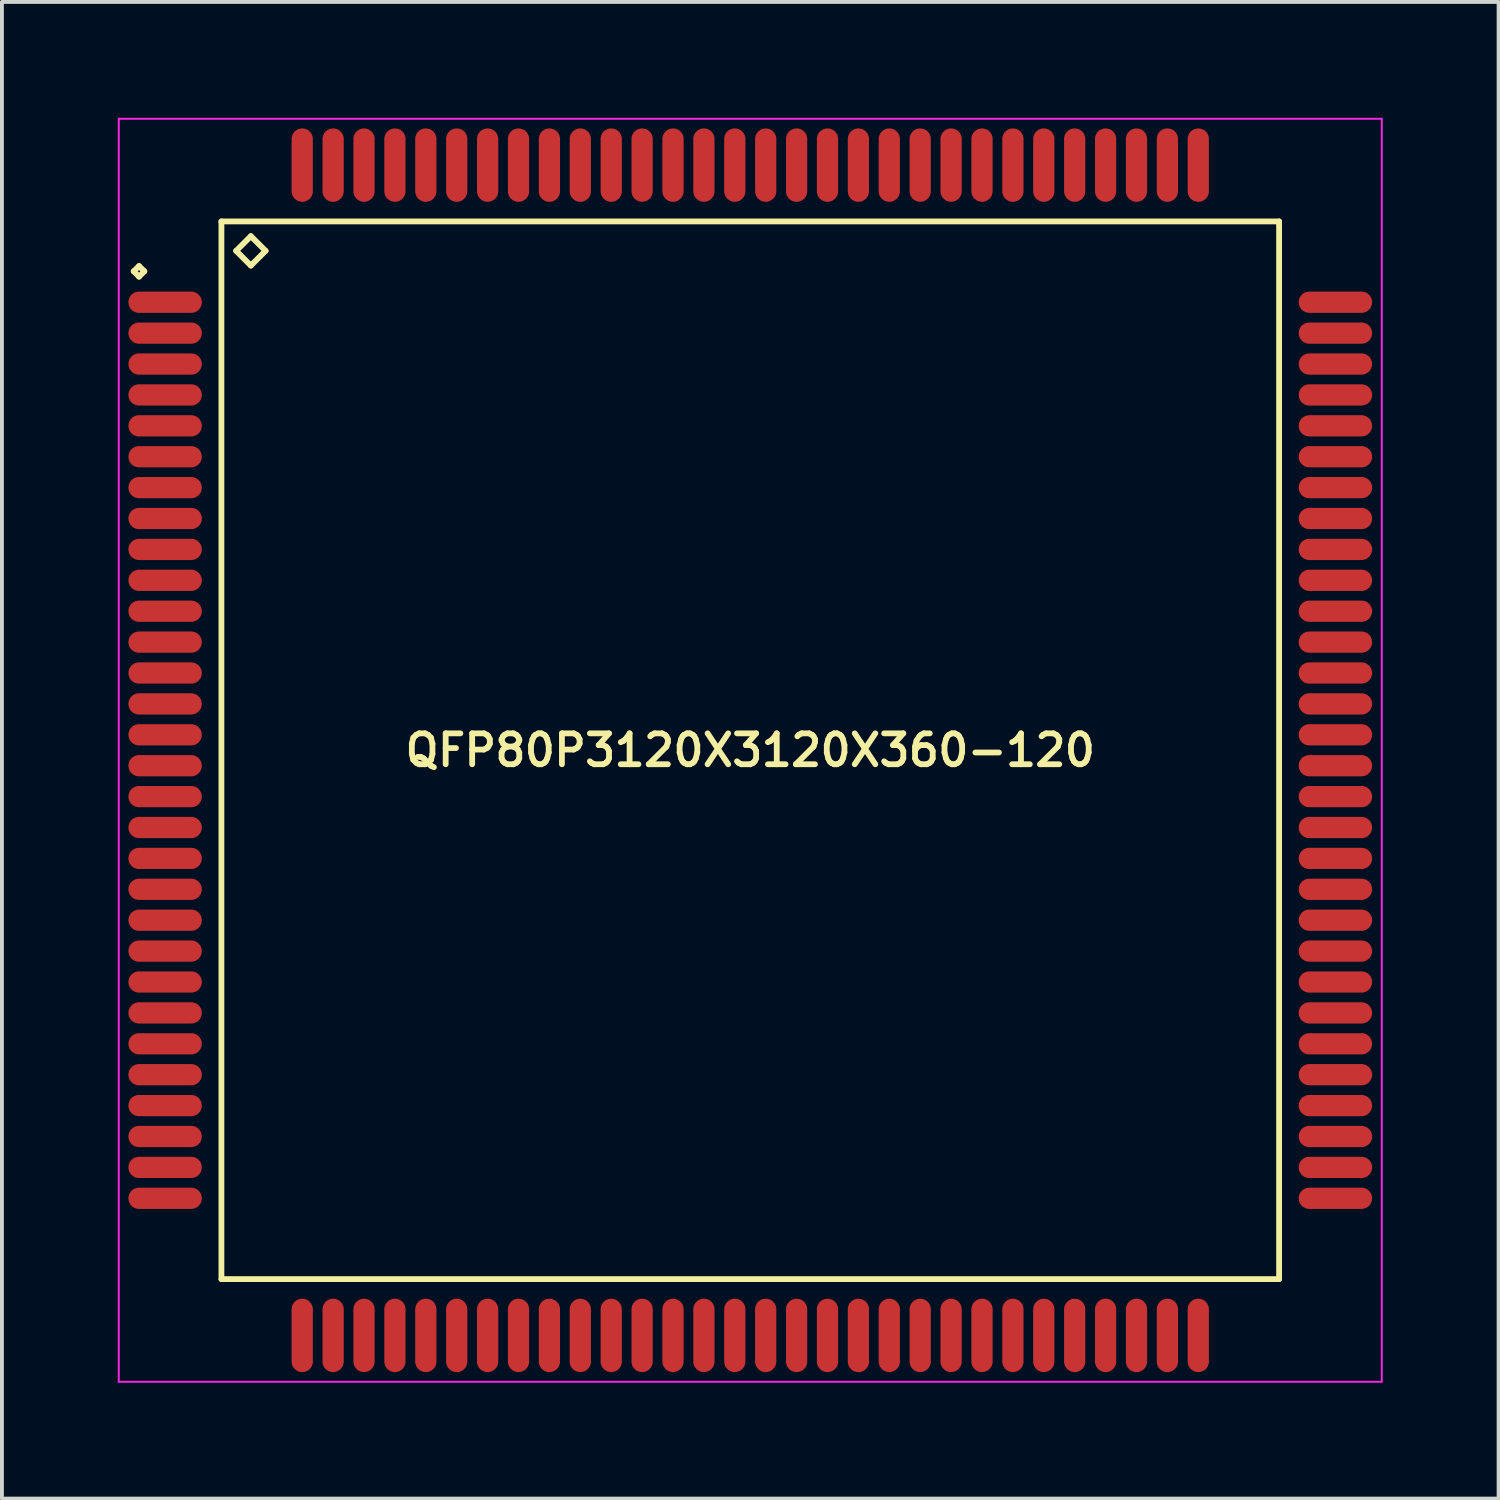
<source format=kicad_pcb>
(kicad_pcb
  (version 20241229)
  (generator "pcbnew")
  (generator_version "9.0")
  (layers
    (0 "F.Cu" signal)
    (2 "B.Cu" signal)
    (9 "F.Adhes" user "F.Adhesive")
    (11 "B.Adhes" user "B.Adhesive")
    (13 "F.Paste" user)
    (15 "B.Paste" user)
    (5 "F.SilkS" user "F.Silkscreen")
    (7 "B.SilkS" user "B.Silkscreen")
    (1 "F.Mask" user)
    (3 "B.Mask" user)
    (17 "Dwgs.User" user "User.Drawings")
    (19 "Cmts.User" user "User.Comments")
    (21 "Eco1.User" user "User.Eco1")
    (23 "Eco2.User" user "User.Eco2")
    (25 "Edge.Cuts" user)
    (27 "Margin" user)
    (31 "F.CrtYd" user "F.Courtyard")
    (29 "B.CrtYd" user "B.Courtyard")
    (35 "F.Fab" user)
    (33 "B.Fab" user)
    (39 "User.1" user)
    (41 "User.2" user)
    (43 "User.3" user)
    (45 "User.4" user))
  (footprint "QFP80P3120X3120X360-120"
    (layer "F.Cu")
    (at 16.375 16.375)
    (property "Reference" "QFP80P3120X3120X360-120" (at 0 0 0) (layer "F.SilkS") (effects (font (size 0.8 0.8) (thickness 0.15))))
    (attr smd)
    (fp_line (start -15.963 -12.4) (end -15.825 -12.537) (stroke (width 0.15) (type solid)) (layer "F.SilkS"))
    (fp_line (start -15.825 -12.537) (end -15.688 -12.4) (stroke (width 0.15) (type solid)) (layer "F.SilkS"))
    (fp_line (start -15.825 -12.262) (end -15.963 -12.4) (stroke (width 0.15) (type solid)) (layer "F.SilkS"))
    (fp_line (start -15.688 -12.4) (end -15.825 -12.262) (stroke (width 0.15) (type solid)) (layer "F.SilkS"))
    (fp_line (start -13.692 -13.692) (end -13.692 13.692) (stroke (width 0.15) (type solid)) (layer "F.SilkS"))
    (fp_line (start -13.692 13.692) (end 13.692 13.692) (stroke (width 0.15) (type solid)) (layer "F.SilkS"))
    (fp_line (start -13.311 -12.93) (end -12.93 -13.311) (stroke (width 0.15) (type solid)) (layer "F.SilkS"))
    (fp_line (start -12.93 -13.311) (end -12.549 -12.93) (stroke (width 0.15) (type solid)) (layer "F.SilkS"))
    (fp_line (start -12.93 -12.549) (end -13.311 -12.93) (stroke (width 0.15) (type solid)) (layer "F.SilkS"))
    (fp_line (start -12.549 -12.93) (end -12.93 -12.549) (stroke (width 0.15) (type solid)) (layer "F.SilkS"))
    (fp_line (start 13.692 -13.692) (end -13.692 -13.692) (stroke (width 0.15) (type solid)) (layer "F.SilkS"))
    (fp_line (start 13.692 13.692) (end 13.692 -13.692) (stroke (width 0.15) (type solid)) (layer "F.SilkS"))
    (fp_line (start -16.35 -16.35) (end 16.35 -16.35) (stroke (width 0.05) (type solid)) (layer "F.CrtYd"))
    (fp_line (start -16.35 16.35) (end -16.35 -16.35) (stroke (width 0.05) (type solid)) (layer "F.CrtYd"))
    (fp_line (start 16.35 -16.35) (end 16.35 16.35) (stroke (width 0.05) (type solid)) (layer "F.CrtYd"))
    (fp_line (start 16.35 16.35) (end -16.35 16.35) (stroke (width 0.05) (type solid)) (layer "F.CrtYd"))
    (pad "1" smd oval (at -15.15 -11.6) (size 1.9 0.55) (layers "F.Cu" "F.Mask" "F.Paste"))
    (pad "2" smd oval (at -15.15 -10.8) (size 1.9 0.55) (layers "F.Cu" "F.Mask" "F.Paste"))
    (pad "3" smd oval (at -15.15 -10) (size 1.9 0.55) (layers "F.Cu" "F.Mask" "F.Paste"))
    (pad "4" smd oval (at -15.15 -9.2) (size 1.9 0.55) (layers "F.Cu" "F.Mask" "F.Paste"))
    (pad "5" smd oval (at -15.15 -8.4) (size 1.9 0.55) (layers "F.Cu" "F.Mask" "F.Paste"))
    (pad "6" smd oval (at -15.15 -7.6) (size 1.9 0.55) (layers "F.Cu" "F.Mask" "F.Paste"))
    (pad "7" smd oval (at -15.15 -6.8) (size 1.9 0.55) (layers "F.Cu" "F.Mask" "F.Paste"))
    (pad "8" smd oval (at -15.15 -6) (size 1.9 0.55) (layers "F.Cu" "F.Mask" "F.Paste"))
    (pad "9" smd oval (at -15.15 -5.2) (size 1.9 0.55) (layers "F.Cu" "F.Mask" "F.Paste"))
    (pad "10" smd oval (at -15.15 -4.4) (size 1.9 0.55) (layers "F.Cu" "F.Mask" "F.Paste"))
    (pad "11" smd oval (at -15.15 -3.6) (size 1.9 0.55) (layers "F.Cu" "F.Mask" "F.Paste"))
    (pad "12" smd oval (at -15.15 -2.8) (size 1.9 0.55) (layers "F.Cu" "F.Mask" "F.Paste"))
    (pad "13" smd oval (at -15.15 -2) (size 1.9 0.55) (layers "F.Cu" "F.Mask" "F.Paste"))
    (pad "14" smd oval (at -15.15 -1.2) (size 1.9 0.55) (layers "F.Cu" "F.Mask" "F.Paste"))
    (pad "15" smd oval (at -15.15 -0.4) (size 1.9 0.55) (layers "F.Cu" "F.Mask" "F.Paste"))
    (pad "16" smd oval (at -15.15 0.4) (size 1.9 0.55) (layers "F.Cu" "F.Mask" "F.Paste"))
    (pad "17" smd oval (at -15.15 1.2) (size 1.9 0.55) (layers "F.Cu" "F.Mask" "F.Paste"))
    (pad "18" smd oval (at -15.15 2) (size 1.9 0.55) (layers "F.Cu" "F.Mask" "F.Paste"))
    (pad "19" smd oval (at -15.15 2.8) (size 1.9 0.55) (layers "F.Cu" "F.Mask" "F.Paste"))
    (pad "20" smd oval (at -15.15 3.6) (size 1.9 0.55) (layers "F.Cu" "F.Mask" "F.Paste"))
    (pad "21" smd oval (at -15.15 4.4) (size 1.9 0.55) (layers "F.Cu" "F.Mask" "F.Paste"))
    (pad "22" smd oval (at -15.15 5.2) (size 1.9 0.55) (layers "F.Cu" "F.Mask" "F.Paste"))
    (pad "23" smd oval (at -15.15 6) (size 1.9 0.55) (layers "F.Cu" "F.Mask" "F.Paste"))
    (pad "24" smd oval (at -15.15 6.8) (size 1.9 0.55) (layers "F.Cu" "F.Mask" "F.Paste"))
    (pad "25" smd oval (at -15.15 7.6) (size 1.9 0.55) (layers "F.Cu" "F.Mask" "F.Paste"))
    (pad "26" smd oval (at -15.15 8.4) (size 1.9 0.55) (layers "F.Cu" "F.Mask" "F.Paste"))
    (pad "27" smd oval (at -15.15 9.2) (size 1.9 0.55) (layers "F.Cu" "F.Mask" "F.Paste"))
    (pad "28" smd oval (at -15.15 10) (size 1.9 0.55) (layers "F.Cu" "F.Mask" "F.Paste"))
    (pad "29" smd oval (at -15.15 10.8) (size 1.9 0.55) (layers "F.Cu" "F.Mask" "F.Paste"))
    (pad "30" smd oval (at -15.15 11.6) (size 1.9 0.55) (layers "F.Cu" "F.Mask" "F.Paste"))
    (pad "31" smd oval (at -11.6 15.15) (size 0.55 1.9) (layers "F.Cu" "F.Mask" "F.Paste"))
    (pad "32" smd oval (at -10.8 15.15) (size 0.55 1.9) (layers "F.Cu" "F.Mask" "F.Paste"))
    (pad "33" smd oval (at -10 15.15) (size 0.55 1.9) (layers "F.Cu" "F.Mask" "F.Paste"))
    (pad "34" smd oval (at -9.2 15.15) (size 0.55 1.9) (layers "F.Cu" "F.Mask" "F.Paste"))
    (pad "35" smd oval (at -8.4 15.15) (size 0.55 1.9) (layers "F.Cu" "F.Mask" "F.Paste"))
    (pad "36" smd oval (at -7.6 15.15) (size 0.55 1.9) (layers "F.Cu" "F.Mask" "F.Paste"))
    (pad "37" smd oval (at -6.8 15.15) (size 0.55 1.9) (layers "F.Cu" "F.Mask" "F.Paste"))
    (pad "38" smd oval (at -6 15.15) (size 0.55 1.9) (layers "F.Cu" "F.Mask" "F.Paste"))
    (pad "39" smd oval (at -5.2 15.15) (size 0.55 1.9) (layers "F.Cu" "F.Mask" "F.Paste"))
    (pad "40" smd oval (at -4.4 15.15) (size 0.55 1.9) (layers "F.Cu" "F.Mask" "F.Paste"))
    (pad "41" smd oval (at -3.6 15.15) (size 0.55 1.9) (layers "F.Cu" "F.Mask" "F.Paste"))
    (pad "42" smd oval (at -2.8 15.15) (size 0.55 1.9) (layers "F.Cu" "F.Mask" "F.Paste"))
    (pad "43" smd oval (at -2 15.15) (size 0.55 1.9) (layers "F.Cu" "F.Mask" "F.Paste"))
    (pad "44" smd oval (at -1.2 15.15) (size 0.55 1.9) (layers "F.Cu" "F.Mask" "F.Paste"))
    (pad "45" smd oval (at -0.4 15.15) (size 0.55 1.9) (layers "F.Cu" "F.Mask" "F.Paste"))
    (pad "46" smd oval (at 0.4 15.15) (size 0.55 1.9) (layers "F.Cu" "F.Mask" "F.Paste"))
    (pad "47" smd oval (at 1.2 15.15) (size 0.55 1.9) (layers "F.Cu" "F.Mask" "F.Paste"))
    (pad "48" smd oval (at 2 15.15) (size 0.55 1.9) (layers "F.Cu" "F.Mask" "F.Paste"))
    (pad "49" smd oval (at 2.8 15.15) (size 0.55 1.9) (layers "F.Cu" "F.Mask" "F.Paste"))
    (pad "50" smd oval (at 3.6 15.15) (size 0.55 1.9) (layers "F.Cu" "F.Mask" "F.Paste"))
    (pad "51" smd oval (at 4.4 15.15) (size 0.55 1.9) (layers "F.Cu" "F.Mask" "F.Paste"))
    (pad "52" smd oval (at 5.2 15.15) (size 0.55 1.9) (layers "F.Cu" "F.Mask" "F.Paste"))
    (pad "53" smd oval (at 6 15.15) (size 0.55 1.9) (layers "F.Cu" "F.Mask" "F.Paste"))
    (pad "54" smd oval (at 6.8 15.15) (size 0.55 1.9) (layers "F.Cu" "F.Mask" "F.Paste"))
    (pad "55" smd oval (at 7.6 15.15) (size 0.55 1.9) (layers "F.Cu" "F.Mask" "F.Paste"))
    (pad "56" smd oval (at 8.4 15.15) (size 0.55 1.9) (layers "F.Cu" "F.Mask" "F.Paste"))
    (pad "57" smd oval (at 9.2 15.15) (size 0.55 1.9) (layers "F.Cu" "F.Mask" "F.Paste"))
    (pad "58" smd oval (at 10 15.15) (size 0.55 1.9) (layers "F.Cu" "F.Mask" "F.Paste"))
    (pad "59" smd oval (at 10.8 15.15) (size 0.55 1.9) (layers "F.Cu" "F.Mask" "F.Paste"))
    (pad "60" smd oval (at 11.6 15.15) (size 0.55 1.9) (layers "F.Cu" "F.Mask" "F.Paste"))
    (pad "61" smd oval (at 15.15 11.6) (size 1.9 0.55) (layers "F.Cu" "F.Mask" "F.Paste"))
    (pad "62" smd oval (at 15.15 10.8) (size 1.9 0.55) (layers "F.Cu" "F.Mask" "F.Paste"))
    (pad "63" smd oval (at 15.15 10) (size 1.9 0.55) (layers "F.Cu" "F.Mask" "F.Paste"))
    (pad "64" smd oval (at 15.15 9.2) (size 1.9 0.55) (layers "F.Cu" "F.Mask" "F.Paste"))
    (pad "65" smd oval (at 15.15 8.4) (size 1.9 0.55) (layers "F.Cu" "F.Mask" "F.Paste"))
    (pad "66" smd oval (at 15.15 7.6) (size 1.9 0.55) (layers "F.Cu" "F.Mask" "F.Paste"))
    (pad "67" smd oval (at 15.15 6.8) (size 1.9 0.55) (layers "F.Cu" "F.Mask" "F.Paste"))
    (pad "68" smd oval (at 15.15 6) (size 1.9 0.55) (layers "F.Cu" "F.Mask" "F.Paste"))
    (pad "69" smd oval (at 15.15 5.2) (size 1.9 0.55) (layers "F.Cu" "F.Mask" "F.Paste"))
    (pad "70" smd oval (at 15.15 4.4) (size 1.9 0.55) (layers "F.Cu" "F.Mask" "F.Paste"))
    (pad "71" smd oval (at 15.15 3.6) (size 1.9 0.55) (layers "F.Cu" "F.Mask" "F.Paste"))
    (pad "72" smd oval (at 15.15 2.8) (size 1.9 0.55) (layers "F.Cu" "F.Mask" "F.Paste"))
    (pad "73" smd oval (at 15.15 2) (size 1.9 0.55) (layers "F.Cu" "F.Mask" "F.Paste"))
    (pad "74" smd oval (at 15.15 1.2) (size 1.9 0.55) (layers "F.Cu" "F.Mask" "F.Paste"))
    (pad "75" smd oval (at 15.15 0.4) (size 1.9 0.55) (layers "F.Cu" "F.Mask" "F.Paste"))
    (pad "76" smd oval (at 15.15 -0.4) (size 1.9 0.55) (layers "F.Cu" "F.Mask" "F.Paste"))
    (pad "77" smd oval (at 15.15 -1.2) (size 1.9 0.55) (layers "F.Cu" "F.Mask" "F.Paste"))
    (pad "78" smd oval (at 15.15 -2) (size 1.9 0.55) (layers "F.Cu" "F.Mask" "F.Paste"))
    (pad "79" smd oval (at 15.15 -2.8) (size 1.9 0.55) (layers "F.Cu" "F.Mask" "F.Paste"))
    (pad "80" smd oval (at 15.15 -3.6) (size 1.9 0.55) (layers "F.Cu" "F.Mask" "F.Paste"))
    (pad "81" smd oval (at 15.15 -4.4) (size 1.9 0.55) (layers "F.Cu" "F.Mask" "F.Paste"))
    (pad "82" smd oval (at 15.15 -5.2) (size 1.9 0.55) (layers "F.Cu" "F.Mask" "F.Paste"))
    (pad "83" smd oval (at 15.15 -6) (size 1.9 0.55) (layers "F.Cu" "F.Mask" "F.Paste"))
    (pad "84" smd oval (at 15.15 -6.8) (size 1.9 0.55) (layers "F.Cu" "F.Mask" "F.Paste"))
    (pad "85" smd oval (at 15.15 -7.6) (size 1.9 0.55) (layers "F.Cu" "F.Mask" "F.Paste"))
    (pad "86" smd oval (at 15.15 -8.4) (size 1.9 0.55) (layers "F.Cu" "F.Mask" "F.Paste"))
    (pad "87" smd oval (at 15.15 -9.2) (size 1.9 0.55) (layers "F.Cu" "F.Mask" "F.Paste"))
    (pad "88" smd oval (at 15.15 -10) (size 1.9 0.55) (layers "F.Cu" "F.Mask" "F.Paste"))
    (pad "89" smd oval (at 15.15 -10.8) (size 1.9 0.55) (layers "F.Cu" "F.Mask" "F.Paste"))
    (pad "90" smd oval (at 15.15 -11.6) (size 1.9 0.55) (layers "F.Cu" "F.Mask" "F.Paste"))
    (pad "91" smd oval (at 11.6 -15.15) (size 0.55 1.9) (layers "F.Cu" "F.Mask" "F.Paste"))
    (pad "92" smd oval (at 10.8 -15.15) (size 0.55 1.9) (layers "F.Cu" "F.Mask" "F.Paste"))
    (pad "93" smd oval (at 10 -15.15) (size 0.55 1.9) (layers "F.Cu" "F.Mask" "F.Paste"))
    (pad "94" smd oval (at 9.2 -15.15) (size 0.55 1.9) (layers "F.Cu" "F.Mask" "F.Paste"))
    (pad "95" smd oval (at 8.4 -15.15) (size 0.55 1.9) (layers "F.Cu" "F.Mask" "F.Paste"))
    (pad "96" smd oval (at 7.6 -15.15) (size 0.55 1.9) (layers "F.Cu" "F.Mask" "F.Paste"))
    (pad "97" smd oval (at 6.8 -15.15) (size 0.55 1.9) (layers "F.Cu" "F.Mask" "F.Paste"))
    (pad "98" smd oval (at 6 -15.15) (size 0.55 1.9) (layers "F.Cu" "F.Mask" "F.Paste"))
    (pad "99" smd oval (at 5.2 -15.15) (size 0.55 1.9) (layers "F.Cu" "F.Mask" "F.Paste"))
    (pad "100" smd oval (at 4.4 -15.15) (size 0.55 1.9) (layers "F.Cu" "F.Mask" "F.Paste"))
    (pad "101" smd oval (at 3.6 -15.15) (size 0.55 1.9) (layers "F.Cu" "F.Mask" "F.Paste"))
    (pad "102" smd oval (at 2.8 -15.15) (size 0.55 1.9) (layers "F.Cu" "F.Mask" "F.Paste"))
    (pad "103" smd oval (at 2 -15.15) (size 0.55 1.9) (layers "F.Cu" "F.Mask" "F.Paste"))
    (pad "104" smd oval (at 1.2 -15.15) (size 0.55 1.9) (layers "F.Cu" "F.Mask" "F.Paste"))
    (pad "105" smd oval (at 0.4 -15.15) (size 0.55 1.9) (layers "F.Cu" "F.Mask" "F.Paste"))
    (pad "106" smd oval (at -0.4 -15.15) (size 0.55 1.9) (layers "F.Cu" "F.Mask" "F.Paste"))
    (pad "107" smd oval (at -1.2 -15.15) (size 0.55 1.9) (layers "F.Cu" "F.Mask" "F.Paste"))
    (pad "108" smd oval (at -2 -15.15) (size 0.55 1.9) (layers "F.Cu" "F.Mask" "F.Paste"))
    (pad "109" smd oval (at -2.8 -15.15) (size 0.55 1.9) (layers "F.Cu" "F.Mask" "F.Paste"))
    (pad "110" smd oval (at -3.6 -15.15) (size 0.55 1.9) (layers "F.Cu" "F.Mask" "F.Paste"))
    (pad "111" smd oval (at -4.4 -15.15) (size 0.55 1.9) (layers "F.Cu" "F.Mask" "F.Paste"))
    (pad "112" smd oval (at -5.2 -15.15) (size 0.55 1.9) (layers "F.Cu" "F.Mask" "F.Paste"))
    (pad "113" smd oval (at -6 -15.15) (size 0.55 1.9) (layers "F.Cu" "F.Mask" "F.Paste"))
    (pad "114" smd oval (at -6.8 -15.15) (size 0.55 1.9) (layers "F.Cu" "F.Mask" "F.Paste"))
    (pad "115" smd oval (at -7.6 -15.15) (size 0.55 1.9) (layers "F.Cu" "F.Mask" "F.Paste"))
    (pad "116" smd oval (at -8.4 -15.15) (size 0.55 1.9) (layers "F.Cu" "F.Mask" "F.Paste"))
    (pad "117" smd oval (at -9.2 -15.15) (size 0.55 1.9) (layers "F.Cu" "F.Mask" "F.Paste"))
    (pad "118" smd oval (at -10 -15.15) (size 0.55 1.9) (layers "F.Cu" "F.Mask" "F.Paste"))
    (pad "119" smd oval (at -10.8 -15.15) (size 0.55 1.9) (layers "F.Cu" "F.Mask" "F.Paste"))
    (pad "120" smd oval (at -11.6 -15.15) (size 0.55 1.9) (layers "F.Cu" "F.Mask" "F.Paste")))
  (gr_rect
    (start -3 -3)
    (end 35.75 35.75)
    (stroke (width 0.1) (type default))
    (fill no)
    (layer "Edge.Cuts")))
</source>
